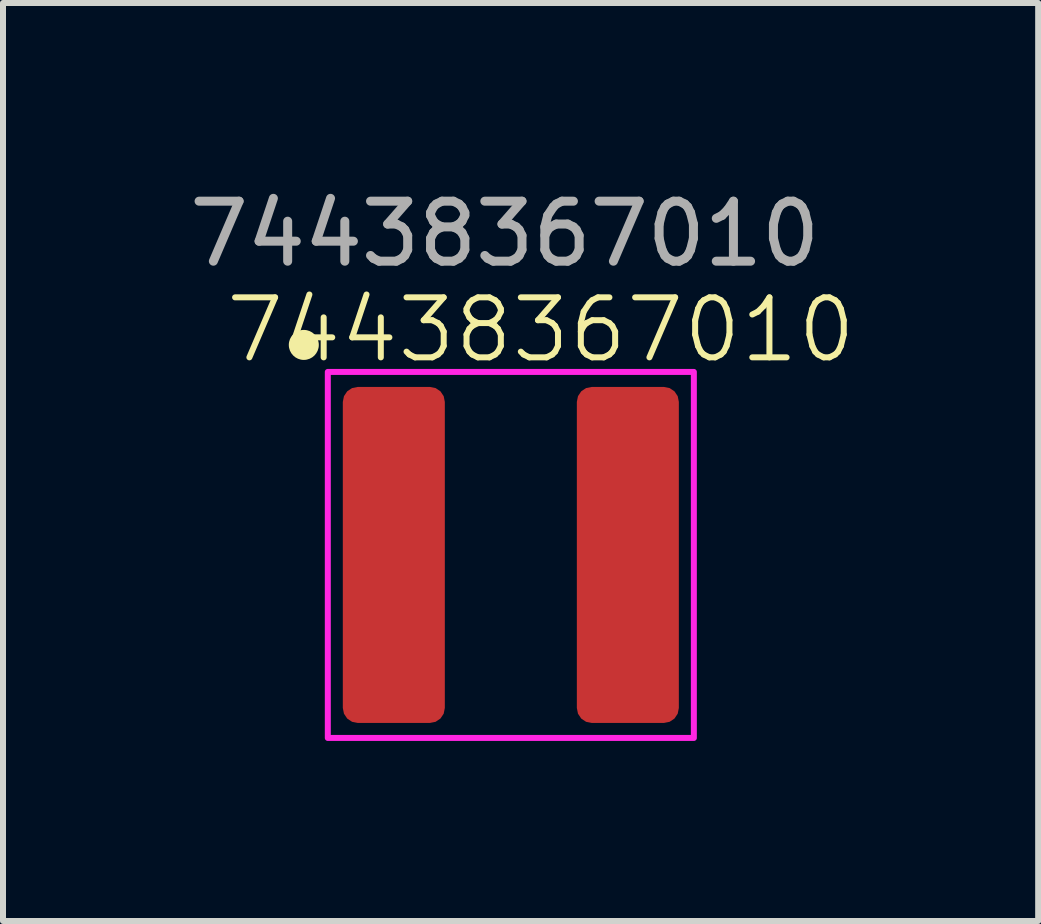
<source format=kicad_pcb>
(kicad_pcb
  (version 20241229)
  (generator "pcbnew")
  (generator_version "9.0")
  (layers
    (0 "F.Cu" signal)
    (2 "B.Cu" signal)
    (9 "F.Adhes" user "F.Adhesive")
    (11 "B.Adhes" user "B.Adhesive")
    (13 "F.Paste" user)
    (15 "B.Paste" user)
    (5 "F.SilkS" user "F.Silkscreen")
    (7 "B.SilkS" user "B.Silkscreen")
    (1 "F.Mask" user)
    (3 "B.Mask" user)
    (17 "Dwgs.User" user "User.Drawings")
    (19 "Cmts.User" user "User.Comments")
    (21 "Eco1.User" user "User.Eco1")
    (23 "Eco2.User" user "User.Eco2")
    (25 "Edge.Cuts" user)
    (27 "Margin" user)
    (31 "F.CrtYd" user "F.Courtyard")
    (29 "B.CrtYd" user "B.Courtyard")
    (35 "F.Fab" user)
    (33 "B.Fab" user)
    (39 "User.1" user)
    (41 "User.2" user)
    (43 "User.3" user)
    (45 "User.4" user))
  (footprint "74438367010"
    (layer "F.Cu")
    (at 5.463 6.198)
    (property "Reference" "74438367010" (at 0.5 -3.75 0) (unlocked yes) (layer "F.SilkS") (effects (font (size 1 1) (thickness 0.1))))
    (attr smd)
    (fp_circle (center -3.45 -3.5) (end -3.25 -3.5) (stroke (width 0.1) (type solid)) (fill yes) (layer "F.SilkS"))
    (fp_rect (start -3.05 -3.05) (end 3.05 3.05) (stroke (width 0.1) (type default)) (fill no) (layer "F.CrtYd"))
    (fp_text user "${REFERENCE}" (at -0.1 -5.35 0) (unlocked yes) (layer "F.Fab") (effects (font (size 1 1) (thickness 0.15))))
    (pad "1" smd roundrect (at -1.95 0) (size 1.7 5.6) (layers "F.Cu" "F.Mask" "F.Paste") (roundrect_rratio 0.147))
    (pad "2" smd roundrect (at 1.95 0) (size 1.7 5.6) (layers "F.Cu" "F.Mask" "F.Paste") (roundrect_rratio 0.147)))
  (gr_rect
    (start -3 -3)
    (end 14.251 12.298)
    (stroke (width 0.1) (type default))
    (fill no)
    (layer "Edge.Cuts")))
</source>
